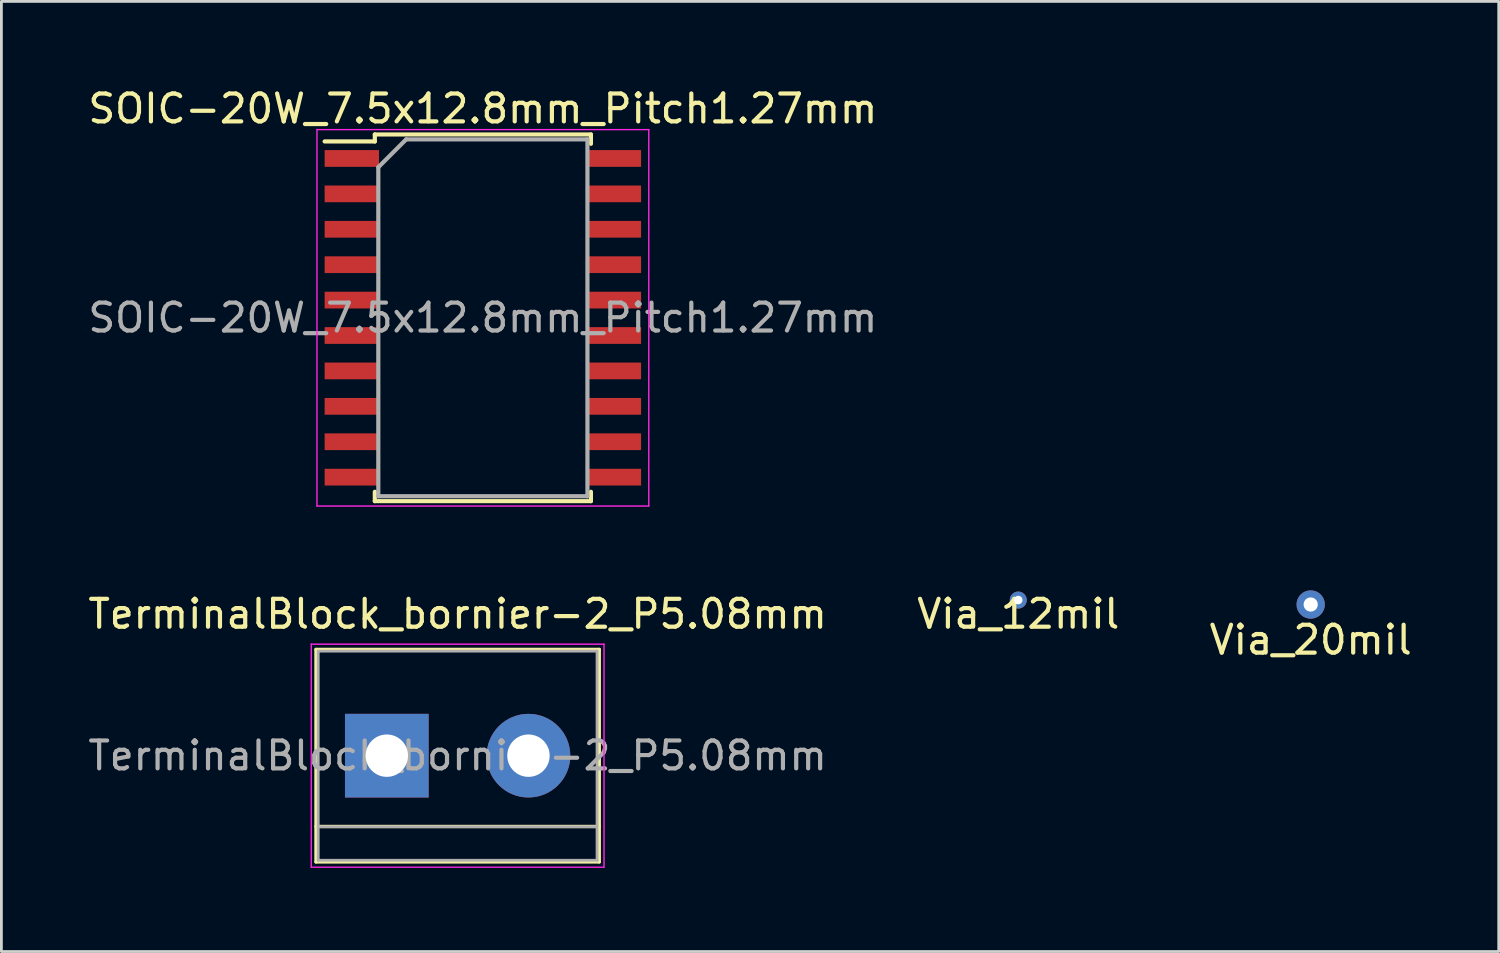
<source format=kicad_pcb>
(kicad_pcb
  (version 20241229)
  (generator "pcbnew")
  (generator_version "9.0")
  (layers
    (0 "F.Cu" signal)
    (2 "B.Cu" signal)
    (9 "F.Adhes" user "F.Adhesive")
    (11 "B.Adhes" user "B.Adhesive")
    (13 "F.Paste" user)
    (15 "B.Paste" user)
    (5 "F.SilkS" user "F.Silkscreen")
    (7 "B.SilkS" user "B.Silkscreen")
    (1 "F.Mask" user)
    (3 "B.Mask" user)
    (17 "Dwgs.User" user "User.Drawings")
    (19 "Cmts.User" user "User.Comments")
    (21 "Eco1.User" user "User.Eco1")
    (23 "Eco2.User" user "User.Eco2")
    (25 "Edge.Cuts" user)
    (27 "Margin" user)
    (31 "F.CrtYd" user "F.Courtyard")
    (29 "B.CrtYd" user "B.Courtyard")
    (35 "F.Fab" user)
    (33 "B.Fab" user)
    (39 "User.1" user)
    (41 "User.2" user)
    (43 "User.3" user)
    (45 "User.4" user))
  (footprint "TerminalBlock_bornier-2_P5.08mm"
    (layer "F.Cu")
    (at 10.823 24.052)
    (property "Reference" "TerminalBlock_bornier-2_P5.08mm" (at 2.54 -5.08 0) (layer "F.SilkS") (effects (font (size 1 1) (thickness 0.15))))
    (attr through_hole)
    (fp_line (start -2.54 -3.81) (end -2.54 3.81) (stroke (width 0.12) (type solid)) (layer "F.SilkS"))
    (fp_line (start -2.54 3.81) (end 7.62 3.81) (stroke (width 0.12) (type solid)) (layer "F.SilkS"))
    (fp_line (start 7.62 -3.81) (end -2.54 -3.81) (stroke (width 0.12) (type solid)) (layer "F.SilkS"))
    (fp_line (start 7.62 2.54) (end -2.54 2.54) (stroke (width 0.12) (type solid)) (layer "F.SilkS"))
    (fp_line (start 7.62 3.81) (end 7.62 -3.81) (stroke (width 0.12) (type solid)) (layer "F.SilkS"))
    (fp_line (start -2.71 -4) (end -2.71 4) (stroke (width 0.05) (type solid)) (layer "F.CrtYd"))
    (fp_line (start -2.71 -4) (end 7.79 -4) (stroke (width 0.05) (type solid)) (layer "F.CrtYd"))
    (fp_line (start 7.79 4) (end -2.71 4) (stroke (width 0.05) (type solid)) (layer "F.CrtYd"))
    (fp_line (start 7.79 4) (end 7.79 -4) (stroke (width 0.05) (type solid)) (layer "F.CrtYd"))
    (fp_line (start -2.46 -3.75) (end -2.46 3.75) (stroke (width 0.1) (type solid)) (layer "F.Fab"))
    (fp_line (start -2.46 3.75) (end 7.54 3.75) (stroke (width 0.1) (type solid)) (layer "F.Fab"))
    (fp_line (start -2.41 2.55) (end 7.49 2.55) (stroke (width 0.1) (type solid)) (layer "F.Fab"))
    (fp_line (start 7.54 -3.75) (end -2.46 -3.75) (stroke (width 0.1) (type solid)) (layer "F.Fab"))
    (fp_line (start 7.54 3.75) (end 7.54 -3.75) (stroke (width 0.1) (type solid)) (layer "F.Fab"))
    (fp_text user "${REFERENCE}" (at 2.54 0 0) (layer "F.Fab") (effects (font (size 1 1) (thickness 0.15))))
    (pad "1" thru_hole rect (at 0 0) (size 3 3) (drill 1.52) (layers "*.Cu" "*.Mask"))
    (pad "2" thru_hole circle (at 5.08 0) (size 3 3) (drill 1.52) (layers "*.Cu" "*.Mask")))
  (footprint "Via_12mil"
    (layer "F.Cu")
    (at 33.47 18.471)
    (property "Reference" "Via_12mil" (at 0 0.5 0) (layer "F.SilkS") (effects (font (size 1 1) (thickness 0.15))))
    (attr through_hole)
    (pad "1" thru_hole circle (at 0 0) (size 0.61 0.61) (drill 0.305) (layers "*.Cu")))
  (footprint "Via_20mil"
    (layer "F.Cu")
    (at 43.958 18.631)
    (property "Reference" "Via_20mil" (at 0 1.27 0) (layer "F.SilkS") (effects (font (size 1 1) (thickness 0.15))))
    (attr through_hole)
    (pad "1" thru_hole circle (at 0 0) (size 1.016 1.016) (drill 0.508) (layers "*.Cu")))
  (footprint "SOIC-20W_7.5x12.8mm_Pitch1.27mm"
    (layer "F.Cu")
    (at 14.268 8.348)
    (property "Reference" "SOIC-20W_7.5x12.8mm_Pitch1.27mm" (at 0 -7.5 0) (layer "F.SilkS") (effects (font (size 1 1) (thickness 0.15))))
    (attr smd)
    (fp_line (start -3.875 -6.575) (end -3.875 -6.325) (stroke (width 0.15) (type solid)) (layer "F.SilkS"))
    (fp_line (start -3.875 -6.575) (end 3.875 -6.575) (stroke (width 0.15) (type solid)) (layer "F.SilkS"))
    (fp_line (start -3.875 -6.325) (end -5.675 -6.325) (stroke (width 0.15) (type solid)) (layer "F.SilkS"))
    (fp_line (start -3.875 6.575) (end -3.875 6.24) (stroke (width 0.15) (type solid)) (layer "F.SilkS"))
    (fp_line (start -3.875 6.575) (end 3.875 6.575) (stroke (width 0.15) (type solid)) (layer "F.SilkS"))
    (fp_line (start 3.875 -6.575) (end 3.875 -6.24) (stroke (width 0.15) (type solid)) (layer "F.SilkS"))
    (fp_line (start 3.875 6.575) (end 3.875 6.24) (stroke (width 0.15) (type solid)) (layer "F.SilkS"))
    (fp_line (start -5.95 -6.75) (end -5.95 6.75) (stroke (width 0.05) (type solid)) (layer "F.CrtYd"))
    (fp_line (start -5.95 -6.75) (end 5.95 -6.75) (stroke (width 0.05) (type solid)) (layer "F.CrtYd"))
    (fp_line (start -5.95 6.75) (end 5.95 6.75) (stroke (width 0.05) (type solid)) (layer "F.CrtYd"))
    (fp_line (start 5.95 -6.75) (end 5.95 6.75) (stroke (width 0.05) (type solid)) (layer "F.CrtYd"))
    (fp_line (start -3.75 -5.4) (end -2.75 -6.4) (stroke (width 0.15) (type solid)) (layer "F.Fab"))
    (fp_line (start -3.75 6.4) (end -3.75 -5.4) (stroke (width 0.15) (type solid)) (layer "F.Fab"))
    (fp_line (start -2.75 -6.4) (end 3.75 -6.4) (stroke (width 0.15) (type solid)) (layer "F.Fab"))
    (fp_line (start 3.75 -6.4) (end 3.75 6.4) (stroke (width 0.15) (type solid)) (layer "F.Fab"))
    (fp_line (start 3.75 6.4) (end -3.75 6.4) (stroke (width 0.15) (type solid)) (layer "F.Fab"))
    (fp_text user "${REFERENCE}" (at 0 0 0) (layer "F.Fab") (effects (font (size 1 1) (thickness 0.15))))
    (pad "1" smd rect (at -4.7 -5.715) (size 1.95 0.6) (layers "F.Cu" "F.Mask" "F.Paste"))
    (pad "2" smd rect (at -4.7 -4.445) (size 1.95 0.6) (layers "F.Cu" "F.Mask" "F.Paste"))
    (pad "3" smd rect (at -4.7 -3.175) (size 1.95 0.6) (layers "F.Cu" "F.Mask" "F.Paste"))
    (pad "4" smd rect (at -4.7 -1.905) (size 1.95 0.6) (layers "F.Cu" "F.Mask" "F.Paste"))
    (pad "5" smd rect (at -4.7 -0.635) (size 1.95 0.6) (layers "F.Cu" "F.Mask" "F.Paste"))
    (pad "6" smd rect (at -4.7 0.635) (size 1.95 0.6) (layers "F.Cu" "F.Mask" "F.Paste"))
    (pad "7" smd rect (at -4.7 1.905) (size 1.95 0.6) (layers "F.Cu" "F.Mask" "F.Paste"))
    (pad "8" smd rect (at -4.7 3.175) (size 1.95 0.6) (layers "F.Cu" "F.Mask" "F.Paste"))
    (pad "9" smd rect (at -4.7 4.445) (size 1.95 0.6) (layers "F.Cu" "F.Mask" "F.Paste"))
    (pad "10" smd rect (at -4.7 5.715) (size 1.95 0.6) (layers "F.Cu" "F.Mask" "F.Paste"))
    (pad "11" smd rect (at 4.7 5.715) (size 1.95 0.6) (layers "F.Cu" "F.Mask" "F.Paste"))
    (pad "12" smd rect (at 4.7 4.445) (size 1.95 0.6) (layers "F.Cu" "F.Mask" "F.Paste"))
    (pad "13" smd rect (at 4.7 3.175) (size 1.95 0.6) (layers "F.Cu" "F.Mask" "F.Paste"))
    (pad "14" smd rect (at 4.7 1.905) (size 1.95 0.6) (layers "F.Cu" "F.Mask" "F.Paste"))
    (pad "15" smd rect (at 4.7 0.635) (size 1.95 0.6) (layers "F.Cu" "F.Mask" "F.Paste"))
    (pad "16" smd rect (at 4.7 -0.635) (size 1.95 0.6) (layers "F.Cu" "F.Mask" "F.Paste"))
    (pad "17" smd rect (at 4.7 -1.905) (size 1.95 0.6) (layers "F.Cu" "F.Mask" "F.Paste"))
    (pad "18" smd rect (at 4.7 -3.175) (size 1.95 0.6) (layers "F.Cu" "F.Mask" "F.Paste"))
    (pad "19" smd rect (at 4.7 -4.445) (size 1.95 0.6) (layers "F.Cu" "F.Mask" "F.Paste"))
    (pad "20" smd rect (at 4.7 -5.715) (size 1.95 0.6) (layers "F.Cu" "F.Mask" "F.Paste")))
  (gr_rect
    (start -3 -3)
    (end 50.702 31.076)
    (stroke (width 0.1) (type default))
    (fill no)
    (layer "Edge.Cuts")))
</source>
